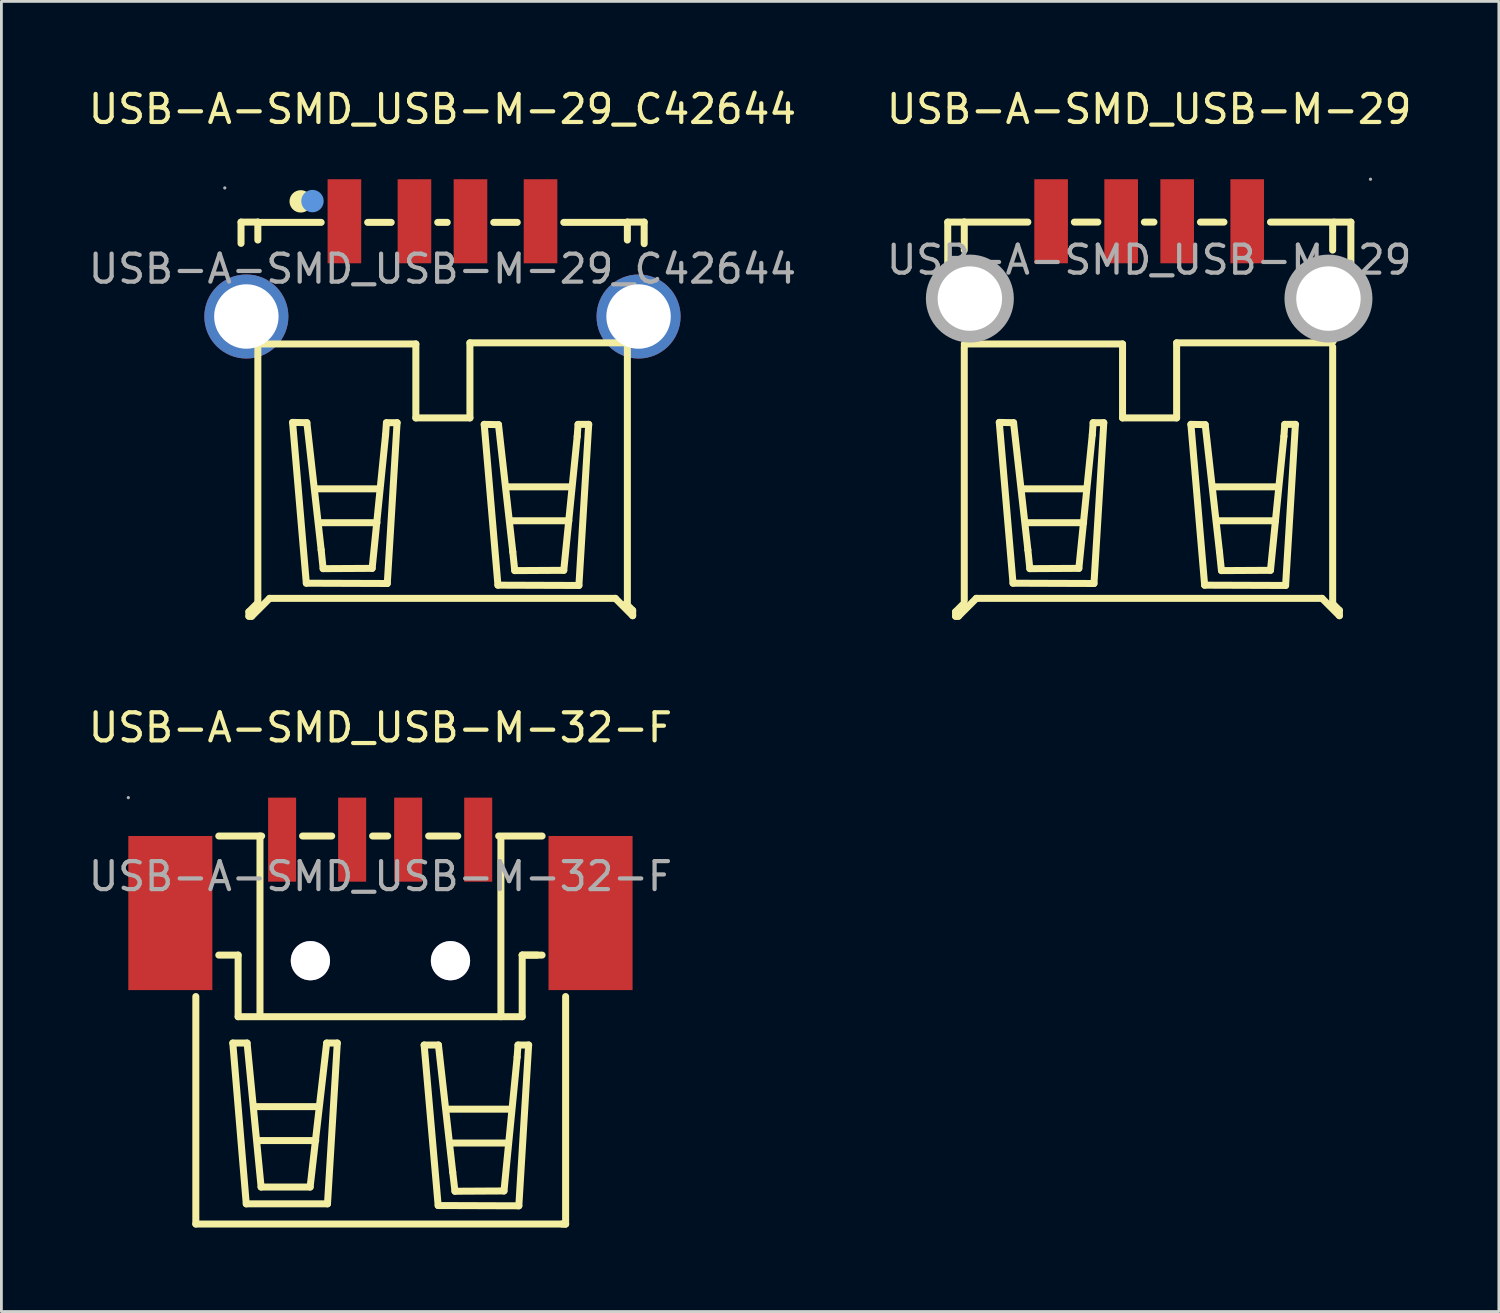
<source format=kicad_pcb>
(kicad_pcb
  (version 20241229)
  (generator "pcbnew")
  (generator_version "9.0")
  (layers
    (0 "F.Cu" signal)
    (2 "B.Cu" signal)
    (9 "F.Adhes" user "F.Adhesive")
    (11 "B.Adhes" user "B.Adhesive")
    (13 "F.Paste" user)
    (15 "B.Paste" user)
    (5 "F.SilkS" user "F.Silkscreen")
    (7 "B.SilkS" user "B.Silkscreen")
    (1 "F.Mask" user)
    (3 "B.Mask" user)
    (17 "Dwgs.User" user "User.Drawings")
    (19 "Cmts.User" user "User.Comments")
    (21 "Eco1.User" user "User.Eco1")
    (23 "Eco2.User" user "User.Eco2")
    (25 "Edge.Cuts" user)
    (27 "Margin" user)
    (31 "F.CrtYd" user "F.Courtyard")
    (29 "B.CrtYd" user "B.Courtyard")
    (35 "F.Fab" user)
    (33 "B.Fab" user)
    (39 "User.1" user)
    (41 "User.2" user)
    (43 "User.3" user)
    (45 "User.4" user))
  (footprint "USB-A-SMD_USB-M-29_C42644"
    (layer "F.Cu")
    (at 12.744 6.548)
    (property "Reference" "USB-A-SMD_USB-M-29_C42644" (at 0 -5.7 0) (layer "F.SilkS") (effects (font (size 1 1) (thickness 0.15))))
    (attr through_hole)
    (fp_line (start -7.19 -1.67) (end -7.19 -0.91) (stroke (width 0.25) (type solid)) (layer "F.SilkS"))
    (fp_line (start -6.91 12.24) (end -6.91 12.4) (stroke (width 0.25) (type solid)) (layer "F.SilkS"))
    (fp_line (start -6.91 12.4) (end -6.81 12.4) (stroke (width 0.25) (type solid)) (layer "F.SilkS"))
    (fp_line (start -6.81 12.4) (end -6.17 11.76) (stroke (width 0.25) (type solid)) (layer "F.SilkS"))
    (fp_line (start -6.62 11.95) (end -6.91 12.24) (stroke (width 0.25) (type solid)) (layer "F.SilkS"))
    (fp_line (start -6.61 -1.66) (end -4.33 -1.66) (stroke (width 0.25) (type solid)) (layer "F.SilkS"))
    (fp_line (start -6.6 2.68) (end -0.95 2.68) (stroke (width 0.25) (type solid)) (layer "F.SilkS"))
    (fp_line (start -6.59 -1.67) (end -7.19 -1.67) (stroke (width 0.25) (type solid)) (layer "F.SilkS"))
    (fp_line (start -6.59 -1.67) (end -6.59 -1.03) (stroke (width 0.25) (type solid)) (layer "F.SilkS"))
    (fp_line (start -6.59 2.77) (end -6.59 11.95) (stroke (width 0.25) (type solid)) (layer "F.SilkS"))
    (fp_line (start -6.17 11.76) (end 6.17 11.76) (stroke (width 0.25) (type solid)) (layer "F.SilkS"))
    (fp_line (start -5.35 5.48) (end -4.84 5.49) (stroke (width 0.25) (type solid)) (layer "F.SilkS"))
    (fp_line (start -4.86 11.22) (end -5.35 5.48) (stroke (width 0.25) (type solid)) (layer "F.SilkS"))
    (fp_line (start -4.84 5.49) (end -4.33 10.03) (stroke (width 0.25) (type solid)) (layer "F.SilkS"))
    (fp_line (start -4.51 7.85) (end -2.25 7.85) (stroke (width 0.25) (type solid)) (layer "F.SilkS"))
    (fp_line (start -4.37 9.06) (end -2.34 9.06) (stroke (width 0.25) (type solid)) (layer "F.SilkS"))
    (fp_line (start -4.33 10.03) (end -4.26 10.7) (stroke (width 0.25) (type solid)) (layer "F.SilkS"))
    (fp_line (start -4.26 10.7) (end -2.51 10.69) (stroke (width 0.25) (type solid)) (layer "F.SilkS"))
    (fp_line (start -2.67 -1.66) (end -1.83 -1.66) (stroke (width 0.25) (type solid)) (layer "F.SilkS"))
    (fp_line (start -2.51 10.69) (end -2.03 5.92) (stroke (width 0.25) (type solid)) (layer "F.SilkS"))
    (fp_line (start -2.03 5.92) (end -2 5.49) (stroke (width 0.25) (type solid)) (layer "F.SilkS"))
    (fp_line (start -2 5.49) (end -1.62 5.49) (stroke (width 0.25) (type solid)) (layer "F.SilkS"))
    (fp_line (start -1.97 11.23) (end -4.86 11.22) (stroke (width 0.25) (type solid)) (layer "F.SilkS"))
    (fp_line (start -1.62 5.49) (end -1.97 11.23) (stroke (width 0.25) (type solid)) (layer "F.SilkS"))
    (fp_line (start -0.95 2.68) (end -0.95 5.32) (stroke (width 0.25) (type solid)) (layer "F.SilkS"))
    (fp_line (start -0.95 5.32) (end 0.98 5.32) (stroke (width 0.25) (type solid)) (layer "F.SilkS"))
    (fp_line (start -0.17 -1.66) (end 0.17 -1.66) (stroke (width 0.25) (type solid)) (layer "F.SilkS"))
    (fp_line (start 0.98 2.64) (end 6.51 2.64) (stroke (width 0.25) (type solid)) (layer "F.SilkS"))
    (fp_line (start 0.98 5.32) (end 0.98 2.64) (stroke (width 0.25) (type solid)) (layer "F.SilkS"))
    (fp_line (start 1.49 5.55) (end 2 5.56) (stroke (width 0.25) (type solid)) (layer "F.SilkS"))
    (fp_line (start 1.83 -1.66) (end 2.67 -1.66) (stroke (width 0.25) (type solid)) (layer "F.SilkS"))
    (fp_line (start 1.98 11.29) (end 1.49 5.55) (stroke (width 0.25) (type solid)) (layer "F.SilkS"))
    (fp_line (start 2 5.56) (end 2.51 10.1) (stroke (width 0.25) (type solid)) (layer "F.SilkS"))
    (fp_line (start 2.34 7.78) (end 4.6 7.78) (stroke (width 0.25) (type solid)) (layer "F.SilkS"))
    (fp_line (start 2.48 8.99) (end 4.51 8.99) (stroke (width 0.25) (type solid)) (layer "F.SilkS"))
    (fp_line (start 2.51 10.1) (end 2.58 10.77) (stroke (width 0.25) (type solid)) (layer "F.SilkS"))
    (fp_line (start 2.58 10.77) (end 4.33 10.76) (stroke (width 0.25) (type solid)) (layer "F.SilkS"))
    (fp_line (start 4.33 -1.66) (end 6.6 -1.66) (stroke (width 0.25) (type solid)) (layer "F.SilkS"))
    (fp_line (start 4.33 10.76) (end 4.81 5.98) (stroke (width 0.25) (type solid)) (layer "F.SilkS"))
    (fp_line (start 4.81 5.98) (end 4.84 5.55) (stroke (width 0.25) (type solid)) (layer "F.SilkS"))
    (fp_line (start 4.84 5.55) (end 5.22 5.55) (stroke (width 0.25) (type solid)) (layer "F.SilkS"))
    (fp_line (start 4.87 11.3) (end 1.98 11.29) (stroke (width 0.25) (type solid)) (layer "F.SilkS"))
    (fp_line (start 5.22 5.55) (end 4.87 11.3) (stroke (width 0.25) (type solid)) (layer "F.SilkS"))
    (fp_line (start 6.17 11.76) (end 6.79 12.38) (stroke (width 0.25) (type solid)) (layer "F.SilkS"))
    (fp_line (start 6.51 2.64) (end 6.57 2.58) (stroke (width 0.25) (type solid)) (layer "F.SilkS"))
    (fp_line (start 6.6 -1.67) (end 6.6 -1.03) (stroke (width 0.25) (type solid)) (layer "F.SilkS"))
    (fp_line (start 6.6 -1.67) (end 7.2 -1.67) (stroke (width 0.25) (type solid)) (layer "F.SilkS"))
    (fp_line (start 6.6 2.77) (end 6.6 11.91) (stroke (width 0.25) (type solid)) (layer "F.SilkS"))
    (fp_line (start 6.79 12.19) (end 6.55 11.95) (stroke (width 0.25) (type solid)) (layer "F.SilkS"))
    (fp_line (start 6.79 12.38) (end 6.79 12.19) (stroke (width 0.25) (type solid)) (layer "F.SilkS"))
    (fp_line (start 7.2 -1.67) (end 7.2 -0.9) (stroke (width 0.25) (type solid)) (layer "F.SilkS"))
    (fp_circle (center -5.06 -2.41) (end -4.86 -2.41) (stroke (width 0.4) (type solid)) (fill no) (layer "F.SilkS"))
    (fp_circle (center -7 1.7) (end -6.25 1.7) (stroke (width 1.5) (type solid)) (fill no) (layer "F.Paste"))
    (fp_circle (center 7 1.7) (end 7.75 1.7) (stroke (width 1.5) (type solid)) (fill no) (layer "F.Paste"))
    (fp_circle (center -4.64 -2.42) (end -4.44 -2.42) (stroke (width 0.4) (type solid)) (fill no) (layer "Cmts.User"))
    (fp_circle (center -7.77 -2.89) (end -7.74 -2.89) (stroke (width 0.06) (type solid)) (fill no) (layer "F.Fab"))
    (fp_text user "${REFERENCE}" (at 0 0 0) (layer "F.Fab") (effects (font (size 1 1) (thickness 0.15))))
    (pad "1" smd rect (at -3.5 -1.7 180) (size 1.2 3) (layers "F.Cu" "F.Mask" "F.Paste"))
    (pad "2" smd rect (at -1 -1.7 180) (size 1.2 3) (layers "F.Cu" "F.Mask" "F.Paste"))
    (pad "3" smd rect (at 1 -1.7 180) (size 1.2 3) (layers "F.Cu" "F.Mask" "F.Paste"))
    (pad "4" smd rect (at 3.5 -1.7 180) (size 1.2 3) (layers "F.Cu" "F.Mask" "F.Paste"))
    (pad "5" thru_hole circle (at -7 1.7 270) (size 3 3) (drill 2.3) (layers "*.Cu" "*.Paste" "*.Mask"))
    (pad "5" thru_hole circle (at 7 1.7 90) (size 3 3) (drill 2.3) (layers "*.Cu" "*.Paste" "*.Mask")))
  (footprint "USB-A-SMD_USB-M-32-F"
    (layer "F.Cu")
    (at 10.53 28.232)
    (property "Reference" "USB-A-SMD_USB-M-32-F" (at 0 -5.31 0) (layer "F.SilkS") (effects (font (size 1 1) (thickness 0.15))))
    (attr through_hole)
    (fp_line (start -6.59 12.41) (end -6.59 4.29) (stroke (width 0.25) (type solid)) (layer "F.SilkS"))
    (fp_line (start -6.59 12.41) (end 6.61 12.41) (stroke (width 0.25) (type solid)) (layer "F.SilkS"))
    (fp_line (start -5.77 -1.44) (end -4.3 -1.44) (stroke (width 0.25) (type solid)) (layer "F.SilkS"))
    (fp_line (start -5.27 5.95) (end -4.76 5.95) (stroke (width 0.25) (type solid)) (layer "F.SilkS"))
    (fp_line (start -5.08 2.81) (end -5.77 2.81) (stroke (width 0.25) (type solid)) (layer "F.SilkS"))
    (fp_line (start -5.08 2.81) (end -5.08 5.01) (stroke (width 0.25) (type solid)) (layer "F.SilkS"))
    (fp_line (start -5.08 5.01) (end 5.06 5.01) (stroke (width 0.25) (type solid)) (layer "F.SilkS"))
    (fp_line (start -4.79 11.69) (end -5.27 5.95) (stroke (width 0.25) (type solid)) (layer "F.SilkS"))
    (fp_line (start -4.76 5.95) (end -4.26 11.09) (stroke (width 0.25) (type solid)) (layer "F.SilkS"))
    (fp_line (start -4.48 8.22) (end -2.22 8.22) (stroke (width 0.25) (type solid)) (layer "F.SilkS"))
    (fp_line (start -4.34 9.43) (end -2.31 9.43) (stroke (width 0.25) (type solid)) (layer "F.SilkS"))
    (fp_line (start -4.3 -1.44) (end -4.24 -1.44) (stroke (width 0.25) (type solid)) (layer "F.SilkS"))
    (fp_line (start -4.3 5) (end -4.3 -1.38) (stroke (width 0.25) (type solid)) (layer "F.SilkS"))
    (fp_line (start -4.26 11.09) (end -2.51 11.09) (stroke (width 0.25) (type solid)) (layer "F.SilkS"))
    (fp_line (start -2.78 -1.44) (end -1.74 -1.44) (stroke (width 0.25) (type solid)) (layer "F.SilkS"))
    (fp_line (start -2.51 11.09) (end -1.92 5.95) (stroke (width 0.25) (type solid)) (layer "F.SilkS"))
    (fp_line (start -1.92 5.95) (end -1.54 5.95) (stroke (width 0.25) (type solid)) (layer "F.SilkS"))
    (fp_line (start -1.89 11.69) (end -4.79 11.69) (stroke (width 0.25) (type solid)) (layer "F.SilkS"))
    (fp_line (start -1.54 5.95) (end -1.89 11.69) (stroke (width 0.25) (type solid)) (layer "F.SilkS"))
    (fp_line (start -0.28 -1.44) (end 0.26 -1.44) (stroke (width 0.25) (type solid)) (layer "F.SilkS"))
    (fp_line (start 1.56 6.02) (end 2.07 6.02) (stroke (width 0.25) (type solid)) (layer "F.SilkS"))
    (fp_line (start 1.72 -1.44) (end 2.76 -1.44) (stroke (width 0.25) (type solid)) (layer "F.SilkS"))
    (fp_line (start 2.06 11.75) (end 1.56 6.02) (stroke (width 0.25) (type solid)) (layer "F.SilkS"))
    (fp_line (start 2.07 6.02) (end 2.58 10.56) (stroke (width 0.25) (type solid)) (layer "F.SilkS"))
    (fp_line (start 2.4 8.31) (end 4.66 8.31) (stroke (width 0.25) (type solid)) (layer "F.SilkS"))
    (fp_line (start 2.54 9.52) (end 4.57 9.52) (stroke (width 0.25) (type solid)) (layer "F.SilkS"))
    (fp_line (start 2.58 10.56) (end 2.66 11.24) (stroke (width 0.25) (type solid)) (layer "F.SilkS"))
    (fp_line (start 2.66 11.24) (end 4.41 11.23) (stroke (width 0.25) (type solid)) (layer "F.SilkS"))
    (fp_line (start 4.22 -1.44) (end 5.77 -1.44) (stroke (width 0.25) (type solid)) (layer "F.SilkS"))
    (fp_line (start 4.3 5.01) (end 4.3 -1.37) (stroke (width 0.25) (type solid)) (layer "F.SilkS"))
    (fp_line (start 4.41 11.23) (end 4.88 6.45) (stroke (width 0.25) (type solid)) (layer "F.SilkS"))
    (fp_line (start 4.88 6.45) (end 4.91 6.02) (stroke (width 0.25) (type solid)) (layer "F.SilkS"))
    (fp_line (start 4.91 6.02) (end 5.29 6.02) (stroke (width 0.25) (type solid)) (layer "F.SilkS"))
    (fp_line (start 4.94 11.76) (end 2.06 11.75) (stroke (width 0.25) (type solid)) (layer "F.SilkS"))
    (fp_line (start 5.06 2.81) (end 5.59 2.81) (stroke (width 0.25) (type solid)) (layer "F.SilkS"))
    (fp_line (start 5.06 2.81) (end 5.77 2.81) (stroke (width 0.25) (type solid)) (layer "F.SilkS"))
    (fp_line (start 5.06 5.01) (end 5.06 2.81) (stroke (width 0.25) (type solid)) (layer "F.SilkS"))
    (fp_line (start 5.29 6.02) (end 4.94 11.76) (stroke (width 0.25) (type solid)) (layer "F.SilkS"))
    (fp_line (start 6.48 12.41) (end 6.61 12.41) (stroke (width 0.25) (type solid)) (layer "F.SilkS"))
    (fp_line (start 6.61 12.41) (end 6.61 4.29) (stroke (width 0.25) (type solid)) (layer "F.SilkS"))
    (fp_circle (center -9 -2.81) (end -8.97 -2.81) (stroke (width 0.06) (type solid)) (fill no) (layer "F.Fab"))
    (fp_circle (center -2.5 3.01) (end -2.2 3.01) (stroke (width 0.6) (type solid)) (fill no) (layer "F.Fab"))
    (fp_circle (center 2.5 3.01) (end 2.8 3.01) (stroke (width 0.6) (type solid)) (fill no) (layer "F.Fab"))
    (fp_text user "${REFERENCE}" (at 0 0 0) (layer "F.Fab") (effects (font (size 1 1) (thickness 0.15))))
    (pad "" thru_hole circle (at -2.5 3.01) (size 1.4 1.4) (drill 1.4) (layers "*.Cu" "*.Mask"))
    (pad "" thru_hole circle (at 2.5 3.01) (size 1.4 1.4) (drill 1.4) (layers "*.Cu" "*.Mask"))
    (pad "1" smd rect (at -3.51 -1.31) (size 1 3) (layers "F.Cu" "F.Mask" "F.Paste"))
    (pad "2" smd rect (at -1.01 -1.31) (size 1 3) (layers "F.Cu" "F.Mask" "F.Paste"))
    (pad "3" smd rect (at 0.99 -1.31) (size 1 3) (layers "F.Cu" "F.Mask" "F.Paste"))
    (pad "4" smd rect (at 3.49 -1.31) (size 1 3) (layers "F.Cu" "F.Mask" "F.Paste"))
    (pad "5" smd rect (at 7.5 1.31 90) (size 5.5 3) (layers "F.Cu" "F.Mask" "F.Paste"))
    (pad "6" smd rect (at -7.5 1.31 90) (size 5.5 3) (layers "F.Cu" "F.Mask" "F.Paste")))
  (footprint "USB-A-SMD_USB-M-29"
    (layer "F.Cu")
    (at 37.97 6.228)
    (property "Reference" "USB-A-SMD_USB-M-29" (at 0 -5.38 0) (layer "F.SilkS") (effects (font (size 1 1) (thickness 0.15))))
    (attr through_hole)
    (fp_line (start -7.19 2.15) (end -7.19 -1.35) (stroke (width 0.25) (type solid)) (layer "F.SilkS"))
    (fp_line (start -6.91 12.56) (end -6.91 12.72) (stroke (width 0.25) (type solid)) (layer "F.SilkS"))
    (fp_line (start -6.91 12.72) (end -6.81 12.72) (stroke (width 0.25) (type solid)) (layer "F.SilkS"))
    (fp_line (start -6.81 12.72) (end -6.17 12.08) (stroke (width 0.25) (type solid)) (layer "F.SilkS"))
    (fp_line (start -6.62 12.27) (end -6.91 12.56) (stroke (width 0.25) (type solid)) (layer "F.SilkS"))
    (fp_line (start -6.6 -0.35) (end -6.6 -1.35) (stroke (width 0.25) (type solid)) (layer "F.SilkS"))
    (fp_line (start -6.6 3) (end -0.95 3) (stroke (width 0.25) (type solid)) (layer "F.SilkS"))
    (fp_line (start -6.6 3.09) (end -6.6 12.16) (stroke (width 0.25) (type solid)) (layer "F.SilkS"))
    (fp_line (start -6.59 -1.35) (end -7.19 -1.35) (stroke (width 0.25) (type solid)) (layer "F.SilkS"))
    (fp_line (start -6.59 2.15) (end -7.19 2.15) (stroke (width 0.25) (type solid)) (layer "F.SilkS"))
    (fp_line (start -6.17 12.08) (end 6.17 12.08) (stroke (width 0.25) (type solid)) (layer "F.SilkS"))
    (fp_line (start -5.35 5.8) (end -4.84 5.81) (stroke (width 0.25) (type solid)) (layer "F.SilkS"))
    (fp_line (start -4.86 11.54) (end -5.35 5.8) (stroke (width 0.25) (type solid)) (layer "F.SilkS"))
    (fp_line (start -4.84 5.81) (end -4.33 10.35) (stroke (width 0.25) (type solid)) (layer "F.SilkS"))
    (fp_line (start -4.51 8.17) (end -2.25 8.17) (stroke (width 0.25) (type solid)) (layer "F.SilkS"))
    (fp_line (start -4.37 9.38) (end -2.34 9.38) (stroke (width 0.25) (type solid)) (layer "F.SilkS"))
    (fp_line (start -4.33 -1.35) (end -6.61 -1.35) (stroke (width 0.25) (type solid)) (layer "F.SilkS"))
    (fp_line (start -4.33 10.35) (end -4.26 11.02) (stroke (width 0.25) (type solid)) (layer "F.SilkS"))
    (fp_line (start -4.26 11.02) (end -2.51 11.01) (stroke (width 0.25) (type solid)) (layer "F.SilkS"))
    (fp_line (start -2.51 11.01) (end -2.03 6.24) (stroke (width 0.25) (type solid)) (layer "F.SilkS"))
    (fp_line (start -2.03 6.24) (end -2 5.81) (stroke (width 0.25) (type solid)) (layer "F.SilkS"))
    (fp_line (start -2 5.81) (end -1.62 5.81) (stroke (width 0.25) (type solid)) (layer "F.SilkS"))
    (fp_line (start -1.97 11.55) (end -4.86 11.54) (stroke (width 0.25) (type solid)) (layer "F.SilkS"))
    (fp_line (start -1.83 -1.35) (end -2.67 -1.35) (stroke (width 0.25) (type solid)) (layer "F.SilkS"))
    (fp_line (start -1.62 5.81) (end -1.97 11.55) (stroke (width 0.25) (type solid)) (layer "F.SilkS"))
    (fp_line (start -0.95 3) (end -0.95 5.64) (stroke (width 0.25) (type solid)) (layer "F.SilkS"))
    (fp_line (start -0.95 5.64) (end 0.98 5.64) (stroke (width 0.25) (type solid)) (layer "F.SilkS"))
    (fp_line (start 0.17 -1.35) (end -0.17 -1.35) (stroke (width 0.25) (type solid)) (layer "F.SilkS"))
    (fp_line (start 0.98 2.96) (end 6.51 2.96) (stroke (width 0.25) (type solid)) (layer "F.SilkS"))
    (fp_line (start 0.98 5.64) (end 0.98 2.96) (stroke (width 0.25) (type solid)) (layer "F.SilkS"))
    (fp_line (start 1.49 5.87) (end 2 5.88) (stroke (width 0.25) (type solid)) (layer "F.SilkS"))
    (fp_line (start 1.98 11.61) (end 1.49 5.87) (stroke (width 0.25) (type solid)) (layer "F.SilkS"))
    (fp_line (start 2 5.88) (end 2.51 10.42) (stroke (width 0.25) (type solid)) (layer "F.SilkS"))
    (fp_line (start 2.34 8.1) (end 4.6 8.1) (stroke (width 0.25) (type solid)) (layer "F.SilkS"))
    (fp_line (start 2.48 9.31) (end 4.51 9.31) (stroke (width 0.25) (type solid)) (layer "F.SilkS"))
    (fp_line (start 2.51 10.42) (end 2.58 11.09) (stroke (width 0.25) (type solid)) (layer "F.SilkS"))
    (fp_line (start 2.58 11.09) (end 4.33 11.08) (stroke (width 0.25) (type solid)) (layer "F.SilkS"))
    (fp_line (start 2.67 -1.35) (end 1.83 -1.35) (stroke (width 0.25) (type solid)) (layer "F.SilkS"))
    (fp_line (start 4.33 11.08) (end 4.81 6.3) (stroke (width 0.25) (type solid)) (layer "F.SilkS"))
    (fp_line (start 4.81 6.3) (end 4.84 5.87) (stroke (width 0.25) (type solid)) (layer "F.SilkS"))
    (fp_line (start 4.84 5.87) (end 5.22 5.87) (stroke (width 0.25) (type solid)) (layer "F.SilkS"))
    (fp_line (start 4.87 11.62) (end 1.98 11.61) (stroke (width 0.25) (type solid)) (layer "F.SilkS"))
    (fp_line (start 5.22 5.87) (end 4.87 11.62) (stroke (width 0.25) (type solid)) (layer "F.SilkS"))
    (fp_line (start 6.17 12.08) (end 6.79 12.7) (stroke (width 0.25) (type solid)) (layer "F.SilkS"))
    (fp_line (start 6.51 2.96) (end 6.57 2.9) (stroke (width 0.25) (type solid)) (layer "F.SilkS"))
    (fp_line (start 6.55 -0.35) (end 6.55 -1.21) (stroke (width 0.25) (type solid)) (layer "F.SilkS"))
    (fp_line (start 6.55 12.27) (end 6.55 3.1) (stroke (width 0.25) (type solid)) (layer "F.SilkS"))
    (fp_line (start 6.6 -1.35) (end 4.33 -1.35) (stroke (width 0.25) (type solid)) (layer "F.SilkS"))
    (fp_line (start 6.6 -1.35) (end 7.2 -1.35) (stroke (width 0.25) (type solid)) (layer "F.SilkS"))
    (fp_line (start 6.6 2.15) (end 7.2 2.15) (stroke (width 0.25) (type solid)) (layer "F.SilkS"))
    (fp_line (start 6.79 12.51) (end 6.55 12.27) (stroke (width 0.25) (type solid)) (layer "F.SilkS"))
    (fp_line (start 6.79 12.7) (end 6.79 12.51) (stroke (width 0.25) (type solid)) (layer "F.SilkS"))
    (fp_line (start 7.2 -1.35) (end 7.2 2.15) (stroke (width 0.25) (type solid)) (layer "F.SilkS"))
    (fp_circle (center -6.4 1.38) (end -5.88 1.38) (stroke (width 1.05) (type solid)) (fill no) (layer "F.Fab"))
    (fp_circle (center 6.4 1.38) (end 6.92 1.38) (stroke (width 1.05) (type solid)) (fill no) (layer "F.Fab"))
    (fp_circle (center 7.9 -2.88) (end 7.93 -2.88) (stroke (width 0.06) (type solid)) (fill no) (layer "F.Fab"))
    (fp_text user "${REFERENCE}" (at 0 0 0) (layer "F.Fab") (effects (font (size 1 1) (thickness 0.15))))
    (pad "0" thru_hole circle (at -6.4 1.38 270) (size 3 3) (drill 2.3) (layers "*.Cu" "*.Paste" "*.Mask"))
    (pad "0" thru_hole circle (at 6.4 1.38 90) (size 3 3) (drill 2.3) (layers "*.Cu" "*.Paste" "*.Mask"))
    (pad "1" smd rect (at 3.5 -1.38 180) (size 1.2 3) (layers "F.Cu" "F.Mask" "F.Paste"))
    (pad "2" smd rect (at 1 -1.38 180) (size 1.2 3) (layers "F.Cu" "F.Mask" "F.Paste"))
    (pad "3" smd rect (at -1 -1.38 180) (size 1.2 3) (layers "F.Cu" "F.Mask" "F.Paste"))
    (pad "4" smd rect (at -3.5 -1.38 180) (size 1.2 3) (layers "F.Cu" "F.Mask" "F.Paste")))
  (gr_rect
    (start -3 -3)
    (end 50.452 43.767)
    (stroke (width 0.1) (type default))
    (fill no)
    (layer "Edge.Cuts")))
</source>
